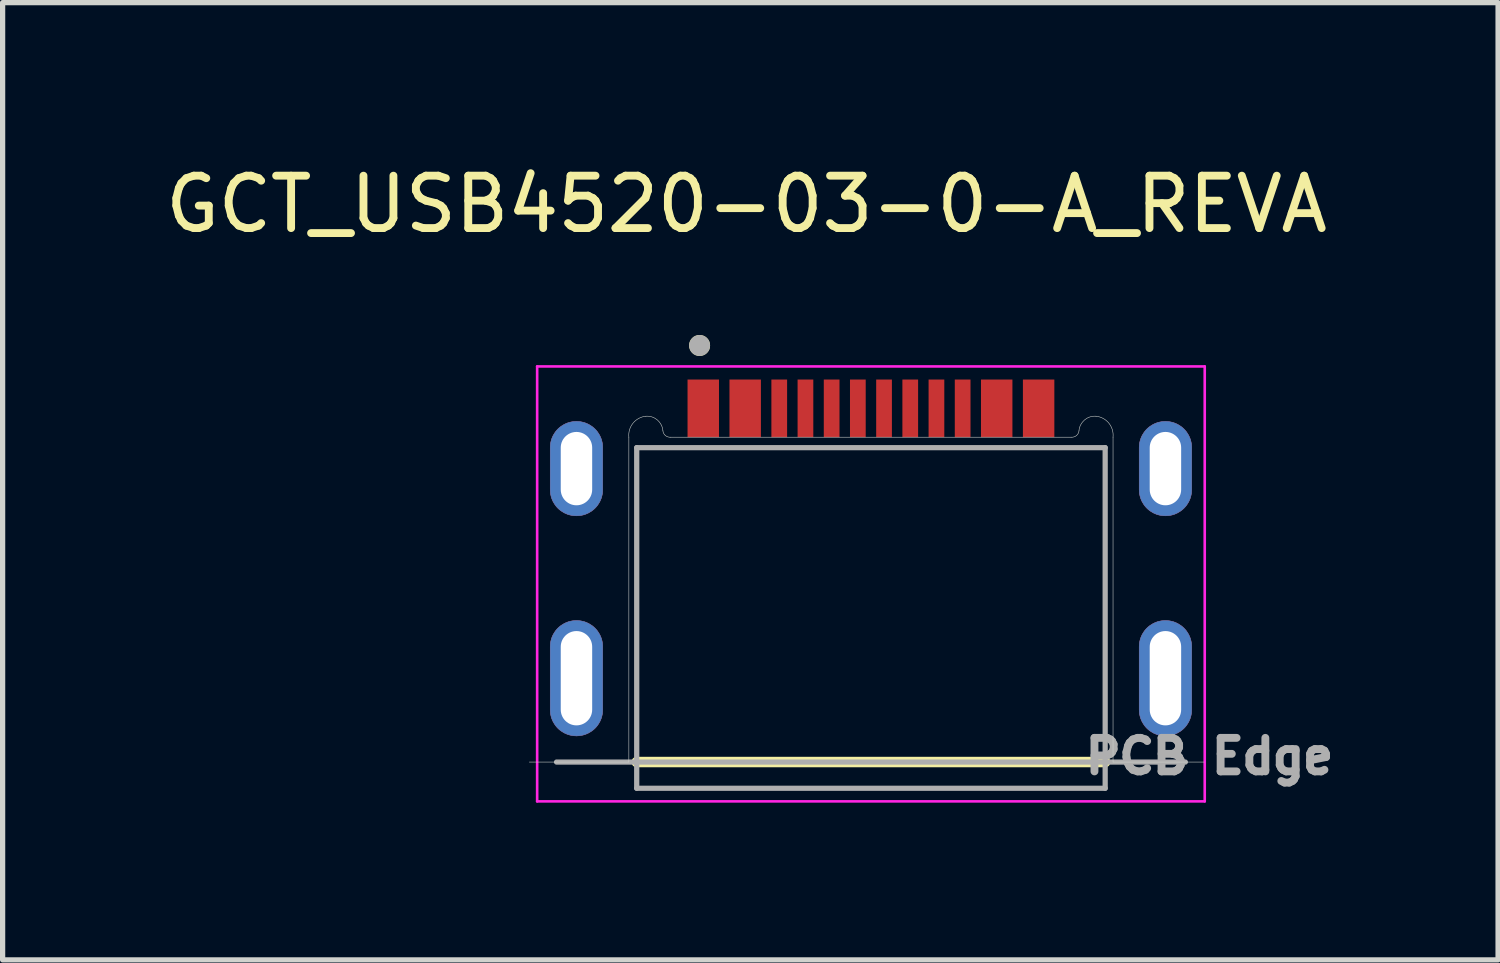
<source format=kicad_pcb>
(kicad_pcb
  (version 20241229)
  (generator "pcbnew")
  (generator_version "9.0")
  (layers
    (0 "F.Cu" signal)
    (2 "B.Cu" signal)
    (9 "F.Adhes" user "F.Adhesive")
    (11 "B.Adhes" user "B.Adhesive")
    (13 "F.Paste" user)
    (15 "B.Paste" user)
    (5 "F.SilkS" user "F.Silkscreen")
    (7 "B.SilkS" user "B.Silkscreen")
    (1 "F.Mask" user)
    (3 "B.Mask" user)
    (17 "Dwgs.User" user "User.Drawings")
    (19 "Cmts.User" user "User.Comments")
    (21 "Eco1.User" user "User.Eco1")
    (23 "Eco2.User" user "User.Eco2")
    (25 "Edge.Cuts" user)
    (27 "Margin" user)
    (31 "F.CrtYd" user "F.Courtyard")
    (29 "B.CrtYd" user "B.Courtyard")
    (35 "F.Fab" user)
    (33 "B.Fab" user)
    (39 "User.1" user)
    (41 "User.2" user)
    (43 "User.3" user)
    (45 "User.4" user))
  (footprint "GCT_USB4520-03-0-A_REVA"
    (layer "F.Cu")
    (at 13.571 9.893)
    (property "Reference" "GCT_USB4520-03-0-A_REVA" (at -2.375 -9.045 0) (layer "F.SilkS") (effects (font (size 1 1) (thickness 0.15))))
    (attr smd)
    (fp_poly (pts (xy -5.62 -3.1) (xy -5.646 -3.101) (xy -5.672 -3.103) (xy -5.698 -3.106) (xy -5.724 -3.111) (xy -5.749 -3.117) (xy -5.775 -3.124) (xy -5.799 -3.133) (xy -5.823 -3.143) (xy -5.847 -3.154) (xy -5.87 -3.167) (xy -5.892 -3.181) (xy -5.914 -3.195) (xy -5.935 -3.211) (xy -5.955 -3.228) (xy -5.974 -3.246) (xy -5.992 -3.265) (xy -6.009 -3.285) (xy -6.025 -3.306) (xy -6.039 -3.328) (xy -6.053 -3.35) (xy -6.066 -3.373) (xy -6.077 -3.397) (xy -6.087 -3.421) (xy -6.096 -3.445) (xy -6.103 -3.471) (xy -6.109 -3.496) (xy -6.114 -3.522) (xy -6.117 -3.548) (xy -6.119 -3.574) (xy -6.12 -3.6) (xy -6.12 -4.4) (xy -6.119 -4.426) (xy -6.117 -4.452) (xy -6.114 -4.478) (xy -6.109 -4.504) (xy -6.103 -4.529) (xy -6.096 -4.555) (xy -6.087 -4.579) (xy -6.077 -4.603) (xy -6.066 -4.627) (xy -6.053 -4.65) (xy -6.039 -4.672) (xy -6.025 -4.694) (xy -6.009 -4.715) (xy -5.992 -4.735) (xy -5.974 -4.754) (xy -5.955 -4.772) (xy -5.935 -4.789) (xy -5.914 -4.805) (xy -5.892 -4.819) (xy -5.87 -4.833) (xy -5.847 -4.846) (xy -5.823 -4.857) (xy -5.799 -4.867) (xy -5.775 -4.876) (xy -5.749 -4.883) (xy -5.724 -4.889) (xy -5.698 -4.894) (xy -5.672 -4.897) (xy -5.646 -4.899) (xy -5.62 -4.9) (xy -5.594 -4.899) (xy -5.568 -4.897) (xy -5.542 -4.894) (xy -5.516 -4.889) (xy -5.491 -4.883) (xy -5.465 -4.876) (xy -5.441 -4.867) (xy -5.417 -4.857) (xy -5.393 -4.846) (xy -5.37 -4.833) (xy -5.348 -4.819) (xy -5.326 -4.805) (xy -5.305 -4.789) (xy -5.285 -4.772) (xy -5.266 -4.754) (xy -5.248 -4.735) (xy -5.231 -4.715) (xy -5.215 -4.694) (xy -5.201 -4.672) (xy -5.187 -4.65) (xy -5.174 -4.627) (xy -5.163 -4.603) (xy -5.153 -4.579) (xy -5.144 -4.555) (xy -5.137 -4.529) (xy -5.131 -4.504) (xy -5.126 -4.478) (xy -5.123 -4.452) (xy -5.121 -4.426) (xy -5.12 -4.4) (xy -5.12 -3.6) (xy -5.121 -3.574) (xy -5.123 -3.548) (xy -5.126 -3.522) (xy -5.131 -3.496) (xy -5.137 -3.471) (xy -5.144 -3.445) (xy -5.153 -3.421) (xy -5.163 -3.397) (xy -5.174 -3.373) (xy -5.187 -3.35) (xy -5.201 -3.328) (xy -5.215 -3.306) (xy -5.231 -3.285) (xy -5.248 -3.265) (xy -5.266 -3.246) (xy -5.285 -3.228) (xy -5.305 -3.211) (xy -5.326 -3.195) (xy -5.348 -3.181) (xy -5.37 -3.167) (xy -5.393 -3.154) (xy -5.417 -3.143) (xy -5.441 -3.133) (xy -5.465 -3.124) (xy -5.491 -3.117) (xy -5.516 -3.111) (xy -5.542 -3.106) (xy -5.568 -3.103) (xy -5.594 -3.101) (xy -5.62 -3.1)) (stroke (width 0.01) (type solid)) (fill yes) (layer "F.Cu"))
    (fp_poly (pts (xy -5.62 1.1) (xy -5.646 1.099) (xy -5.672 1.097) (xy -5.698 1.094) (xy -5.724 1.089) (xy -5.749 1.083) (xy -5.775 1.076) (xy -5.799 1.067) (xy -5.823 1.057) (xy -5.847 1.046) (xy -5.87 1.033) (xy -5.892 1.019) (xy -5.914 1.005) (xy -5.935 0.989) (xy -5.955 0.972) (xy -5.974 0.954) (xy -5.992 0.935) (xy -6.009 0.915) (xy -6.025 0.894) (xy -6.039 0.872) (xy -6.053 0.85) (xy -6.066 0.827) (xy -6.077 0.803) (xy -6.087 0.779) (xy -6.096 0.755) (xy -6.103 0.729) (xy -6.109 0.704) (xy -6.114 0.678) (xy -6.117 0.652) (xy -6.119 0.626) (xy -6.12 0.6) (xy -6.12 -0.6) (xy -6.119 -0.626) (xy -6.117 -0.652) (xy -6.114 -0.678) (xy -6.109 -0.704) (xy -6.103 -0.729) (xy -6.096 -0.755) (xy -6.087 -0.779) (xy -6.077 -0.803) (xy -6.066 -0.827) (xy -6.053 -0.85) (xy -6.039 -0.872) (xy -6.025 -0.894) (xy -6.009 -0.915) (xy -5.992 -0.935) (xy -5.974 -0.954) (xy -5.955 -0.972) (xy -5.935 -0.989) (xy -5.914 -1.005) (xy -5.892 -1.019) (xy -5.87 -1.033) (xy -5.847 -1.046) (xy -5.823 -1.057) (xy -5.799 -1.067) (xy -5.775 -1.076) (xy -5.749 -1.083) (xy -5.724 -1.089) (xy -5.698 -1.094) (xy -5.672 -1.097) (xy -5.646 -1.099) (xy -5.62 -1.1) (xy -5.594 -1.099) (xy -5.568 -1.097) (xy -5.542 -1.094) (xy -5.516 -1.089) (xy -5.491 -1.083) (xy -5.465 -1.076) (xy -5.441 -1.067) (xy -5.417 -1.057) (xy -5.393 -1.046) (xy -5.37 -1.033) (xy -5.348 -1.019) (xy -5.326 -1.005) (xy -5.305 -0.989) (xy -5.285 -0.972) (xy -5.266 -0.954) (xy -5.248 -0.935) (xy -5.231 -0.915) (xy -5.215 -0.894) (xy -5.201 -0.872) (xy -5.187 -0.85) (xy -5.174 -0.827) (xy -5.163 -0.803) (xy -5.153 -0.779) (xy -5.144 -0.755) (xy -5.137 -0.729) (xy -5.131 -0.704) (xy -5.126 -0.678) (xy -5.123 -0.652) (xy -5.121 -0.626) (xy -5.12 -0.6) (xy -5.12 0.6) (xy -5.121 0.626) (xy -5.123 0.652) (xy -5.126 0.678) (xy -5.131 0.704) (xy -5.137 0.729) (xy -5.144 0.755) (xy -5.153 0.779) (xy -5.163 0.803) (xy -5.174 0.827) (xy -5.187 0.85) (xy -5.201 0.872) (xy -5.215 0.894) (xy -5.231 0.915) (xy -5.248 0.935) (xy -5.266 0.954) (xy -5.285 0.972) (xy -5.305 0.989) (xy -5.326 1.005) (xy -5.348 1.019) (xy -5.37 1.033) (xy -5.393 1.046) (xy -5.417 1.057) (xy -5.441 1.067) (xy -5.465 1.076) (xy -5.491 1.083) (xy -5.516 1.089) (xy -5.542 1.094) (xy -5.568 1.097) (xy -5.594 1.099) (xy -5.62 1.1)) (stroke (width 0.01) (type solid)) (fill yes) (layer "F.Cu"))
    (fp_poly (pts (xy 5.62 -3.1) (xy 5.594 -3.101) (xy 5.568 -3.103) (xy 5.542 -3.106) (xy 5.516 -3.111) (xy 5.491 -3.117) (xy 5.465 -3.124) (xy 5.441 -3.133) (xy 5.417 -3.143) (xy 5.393 -3.154) (xy 5.37 -3.167) (xy 5.348 -3.181) (xy 5.326 -3.195) (xy 5.305 -3.211) (xy 5.285 -3.228) (xy 5.266 -3.246) (xy 5.248 -3.265) (xy 5.231 -3.285) (xy 5.215 -3.306) (xy 5.201 -3.328) (xy 5.187 -3.35) (xy 5.174 -3.373) (xy 5.163 -3.397) (xy 5.153 -3.421) (xy 5.144 -3.445) (xy 5.137 -3.471) (xy 5.131 -3.496) (xy 5.126 -3.522) (xy 5.123 -3.548) (xy 5.121 -3.574) (xy 5.12 -3.6) (xy 5.12 -4.4) (xy 5.121 -4.426) (xy 5.123 -4.452) (xy 5.126 -4.478) (xy 5.131 -4.504) (xy 5.137 -4.529) (xy 5.144 -4.555) (xy 5.153 -4.579) (xy 5.163 -4.603) (xy 5.174 -4.627) (xy 5.187 -4.65) (xy 5.201 -4.672) (xy 5.215 -4.694) (xy 5.231 -4.715) (xy 5.248 -4.735) (xy 5.266 -4.754) (xy 5.285 -4.772) (xy 5.305 -4.789) (xy 5.326 -4.805) (xy 5.348 -4.819) (xy 5.37 -4.833) (xy 5.393 -4.846) (xy 5.417 -4.857) (xy 5.441 -4.867) (xy 5.465 -4.876) (xy 5.491 -4.883) (xy 5.516 -4.889) (xy 5.542 -4.894) (xy 5.568 -4.897) (xy 5.594 -4.899) (xy 5.62 -4.9) (xy 5.646 -4.899) (xy 5.672 -4.897) (xy 5.698 -4.894) (xy 5.724 -4.889) (xy 5.749 -4.883) (xy 5.775 -4.876) (xy 5.799 -4.867) (xy 5.823 -4.857) (xy 5.847 -4.846) (xy 5.87 -4.833) (xy 5.892 -4.819) (xy 5.914 -4.805) (xy 5.935 -4.789) (xy 5.955 -4.772) (xy 5.974 -4.754) (xy 5.992 -4.735) (xy 6.009 -4.715) (xy 6.025 -4.694) (xy 6.039 -4.672) (xy 6.053 -4.65) (xy 6.066 -4.627) (xy 6.077 -4.603) (xy 6.087 -4.579) (xy 6.096 -4.555) (xy 6.103 -4.529) (xy 6.109 -4.504) (xy 6.114 -4.478) (xy 6.117 -4.452) (xy 6.119 -4.426) (xy 6.12 -4.4) (xy 6.12 -3.6) (xy 6.119 -3.574) (xy 6.117 -3.548) (xy 6.114 -3.522) (xy 6.109 -3.496) (xy 6.103 -3.471) (xy 6.096 -3.445) (xy 6.087 -3.421) (xy 6.077 -3.397) (xy 6.066 -3.373) (xy 6.053 -3.35) (xy 6.039 -3.328) (xy 6.025 -3.306) (xy 6.009 -3.285) (xy 5.992 -3.265) (xy 5.974 -3.246) (xy 5.955 -3.228) (xy 5.935 -3.211) (xy 5.914 -3.195) (xy 5.892 -3.181) (xy 5.87 -3.167) (xy 5.847 -3.154) (xy 5.823 -3.143) (xy 5.799 -3.133) (xy 5.775 -3.124) (xy 5.749 -3.117) (xy 5.724 -3.111) (xy 5.698 -3.106) (xy 5.672 -3.103) (xy 5.646 -3.101) (xy 5.62 -3.1)) (stroke (width 0.01) (type solid)) (fill yes) (layer "F.Cu"))
    (fp_poly (pts (xy 5.62 1.1) (xy 5.594 1.099) (xy 5.568 1.097) (xy 5.542 1.094) (xy 5.516 1.089) (xy 5.491 1.083) (xy 5.465 1.076) (xy 5.441 1.067) (xy 5.417 1.057) (xy 5.393 1.046) (xy 5.37 1.033) (xy 5.348 1.019) (xy 5.326 1.005) (xy 5.305 0.989) (xy 5.285 0.972) (xy 5.266 0.954) (xy 5.248 0.935) (xy 5.231 0.915) (xy 5.215 0.894) (xy 5.201 0.872) (xy 5.187 0.85) (xy 5.174 0.827) (xy 5.163 0.803) (xy 5.153 0.779) (xy 5.144 0.755) (xy 5.137 0.729) (xy 5.131 0.704) (xy 5.126 0.678) (xy 5.123 0.652) (xy 5.121 0.626) (xy 5.12 0.6) (xy 5.12 -0.6) (xy 5.121 -0.626) (xy 5.123 -0.652) (xy 5.126 -0.678) (xy 5.131 -0.704) (xy 5.137 -0.729) (xy 5.144 -0.755) (xy 5.153 -0.779) (xy 5.163 -0.803) (xy 5.174 -0.827) (xy 5.187 -0.85) (xy 5.201 -0.872) (xy 5.215 -0.894) (xy 5.231 -0.915) (xy 5.248 -0.935) (xy 5.266 -0.954) (xy 5.285 -0.972) (xy 5.305 -0.989) (xy 5.326 -1.005) (xy 5.348 -1.019) (xy 5.37 -1.033) (xy 5.393 -1.046) (xy 5.417 -1.057) (xy 5.441 -1.067) (xy 5.465 -1.076) (xy 5.491 -1.083) (xy 5.516 -1.089) (xy 5.542 -1.094) (xy 5.568 -1.097) (xy 5.594 -1.099) (xy 5.62 -1.1) (xy 5.646 -1.099) (xy 5.672 -1.097) (xy 5.698 -1.094) (xy 5.724 -1.089) (xy 5.749 -1.083) (xy 5.775 -1.076) (xy 5.799 -1.067) (xy 5.823 -1.057) (xy 5.847 -1.046) (xy 5.87 -1.033) (xy 5.892 -1.019) (xy 5.914 -1.005) (xy 5.935 -0.989) (xy 5.955 -0.972) (xy 5.974 -0.954) (xy 5.992 -0.935) (xy 6.009 -0.915) (xy 6.025 -0.894) (xy 6.039 -0.872) (xy 6.053 -0.85) (xy 6.066 -0.827) (xy 6.077 -0.803) (xy 6.087 -0.779) (xy 6.096 -0.755) (xy 6.103 -0.729) (xy 6.109 -0.704) (xy 6.114 -0.678) (xy 6.117 -0.652) (xy 6.119 -0.626) (xy 6.12 -0.6) (xy 6.12 0.6) (xy 6.119 0.626) (xy 6.117 0.652) (xy 6.114 0.678) (xy 6.109 0.704) (xy 6.103 0.729) (xy 6.096 0.755) (xy 6.087 0.779) (xy 6.077 0.803) (xy 6.066 0.827) (xy 6.053 0.85) (xy 6.039 0.872) (xy 6.025 0.894) (xy 6.009 0.915) (xy 5.992 0.935) (xy 5.974 0.954) (xy 5.955 0.972) (xy 5.935 0.989) (xy 5.914 1.005) (xy 5.892 1.019) (xy 5.87 1.033) (xy 5.847 1.046) (xy 5.823 1.057) (xy 5.799 1.067) (xy 5.775 1.076) (xy 5.749 1.083) (xy 5.724 1.089) (xy 5.698 1.094) (xy 5.672 1.097) (xy 5.646 1.099) (xy 5.62 1.1)) (stroke (width 0.01) (type solid)) (fill yes) (layer "F.Cu"))
    (fp_poly (pts (xy -6.22 -3.6) (xy -6.22 -4.4) (xy -6.219 -4.431) (xy -6.217 -4.463) (xy -6.213 -4.494) (xy -6.207 -4.525) (xy -6.2 -4.555) (xy -6.191 -4.585) (xy -6.18 -4.615) (xy -6.168 -4.644) (xy -6.155 -4.672) (xy -6.14 -4.7) (xy -6.123 -4.727) (xy -6.105 -4.753) (xy -6.086 -4.778) (xy -6.066 -4.801) (xy -6.044 -4.824) (xy -6.021 -4.846) (xy -5.998 -4.866) (xy -5.973 -4.885) (xy -5.947 -4.903) (xy -5.92 -4.92) (xy -5.892 -4.935) (xy -5.864 -4.948) (xy -5.835 -4.96) (xy -5.805 -4.971) (xy -5.775 -4.98) (xy -5.745 -4.987) (xy -5.714 -4.993) (xy -5.683 -4.997) (xy -5.651 -4.999) (xy -5.62 -5) (xy -5.589 -4.999) (xy -5.557 -4.997) (xy -5.526 -4.993) (xy -5.495 -4.987) (xy -5.465 -4.98) (xy -5.435 -4.971) (xy -5.405 -4.96) (xy -5.376 -4.948) (xy -5.348 -4.935) (xy -5.32 -4.92) (xy -5.293 -4.903) (xy -5.267 -4.885) (xy -5.242 -4.866) (xy -5.219 -4.846) (xy -5.196 -4.824) (xy -5.174 -4.801) (xy -5.154 -4.778) (xy -5.135 -4.753) (xy -5.117 -4.727) (xy -5.1 -4.7) (xy -5.085 -4.672) (xy -5.072 -4.644) (xy -5.06 -4.615) (xy -5.049 -4.585) (xy -5.04 -4.555) (xy -5.033 -4.525) (xy -5.027 -4.494) (xy -5.023 -4.463) (xy -5.021 -4.431) (xy -5.02 -4.4) (xy -5.02 -3.6) (xy -5.021 -3.569) (xy -5.023 -3.537) (xy -5.027 -3.506) (xy -5.033 -3.475) (xy -5.04 -3.445) (xy -5.049 -3.415) (xy -5.06 -3.385) (xy -5.072 -3.356) (xy -5.085 -3.328) (xy -5.1 -3.3) (xy -5.117 -3.273) (xy -5.135 -3.247) (xy -5.154 -3.222) (xy -5.174 -3.199) (xy -5.196 -3.176) (xy -5.219 -3.154) (xy -5.242 -3.134) (xy -5.267 -3.115) (xy -5.293 -3.097) (xy -5.32 -3.08) (xy -5.348 -3.065) (xy -5.376 -3.052) (xy -5.405 -3.04) (xy -5.435 -3.029) (xy -5.465 -3.02) (xy -5.495 -3.013) (xy -5.526 -3.007) (xy -5.557 -3.003) (xy -5.589 -3.001) (xy -5.62 -3) (xy -5.651 -3.001) (xy -5.683 -3.003) (xy -5.714 -3.007) (xy -5.745 -3.013) (xy -5.775 -3.02) (xy -5.805 -3.029) (xy -5.835 -3.04) (xy -5.864 -3.052) (xy -5.892 -3.065) (xy -5.92 -3.08) (xy -5.947 -3.097) (xy -5.973 -3.115) (xy -5.998 -3.134) (xy -6.021 -3.154) (xy -6.044 -3.176) (xy -6.066 -3.199) (xy -6.086 -3.222) (xy -6.105 -3.247) (xy -6.123 -3.273) (xy -6.14 -3.3) (xy -6.155 -3.328) (xy -6.168 -3.356) (xy -6.18 -3.385) (xy -6.191 -3.415) (xy -6.2 -3.445) (xy -6.207 -3.475) (xy -6.213 -3.506) (xy -6.217 -3.537) (xy -6.219 -3.569) (xy -6.22 -3.6)) (stroke (width 0.01) (type solid)) (fill yes) (layer "F.Mask"))
    (fp_poly (pts (xy -6.22 0.6) (xy -6.22 -0.6) (xy -6.219 -0.631) (xy -6.217 -0.663) (xy -6.213 -0.694) (xy -6.207 -0.725) (xy -6.2 -0.755) (xy -6.191 -0.785) (xy -6.18 -0.815) (xy -6.168 -0.844) (xy -6.155 -0.872) (xy -6.14 -0.9) (xy -6.123 -0.927) (xy -6.105 -0.953) (xy -6.086 -0.978) (xy -6.066 -1.001) (xy -6.044 -1.024) (xy -6.021 -1.046) (xy -5.998 -1.066) (xy -5.973 -1.085) (xy -5.947 -1.103) (xy -5.92 -1.12) (xy -5.892 -1.135) (xy -5.864 -1.148) (xy -5.835 -1.16) (xy -5.805 -1.171) (xy -5.775 -1.18) (xy -5.745 -1.187) (xy -5.714 -1.193) (xy -5.683 -1.197) (xy -5.651 -1.199) (xy -5.62 -1.2) (xy -5.589 -1.199) (xy -5.557 -1.197) (xy -5.526 -1.193) (xy -5.495 -1.187) (xy -5.465 -1.18) (xy -5.435 -1.171) (xy -5.405 -1.16) (xy -5.376 -1.148) (xy -5.348 -1.135) (xy -5.32 -1.12) (xy -5.293 -1.103) (xy -5.267 -1.085) (xy -5.242 -1.066) (xy -5.219 -1.046) (xy -5.196 -1.024) (xy -5.174 -1.001) (xy -5.154 -0.978) (xy -5.135 -0.953) (xy -5.117 -0.927) (xy -5.1 -0.9) (xy -5.085 -0.872) (xy -5.072 -0.844) (xy -5.06 -0.815) (xy -5.049 -0.785) (xy -5.04 -0.755) (xy -5.033 -0.725) (xy -5.027 -0.694) (xy -5.023 -0.663) (xy -5.021 -0.631) (xy -5.02 -0.6) (xy -5.02 0.6) (xy -5.021 0.631) (xy -5.023 0.663) (xy -5.027 0.694) (xy -5.033 0.725) (xy -5.04 0.755) (xy -5.049 0.785) (xy -5.06 0.815) (xy -5.072 0.844) (xy -5.085 0.872) (xy -5.1 0.9) (xy -5.117 0.927) (xy -5.135 0.953) (xy -5.154 0.978) (xy -5.174 1.001) (xy -5.196 1.024) (xy -5.219 1.046) (xy -5.242 1.066) (xy -5.267 1.085) (xy -5.293 1.103) (xy -5.32 1.12) (xy -5.348 1.135) (xy -5.376 1.148) (xy -5.405 1.16) (xy -5.435 1.171) (xy -5.465 1.18) (xy -5.495 1.187) (xy -5.526 1.193) (xy -5.557 1.197) (xy -5.589 1.199) (xy -5.62 1.2) (xy -5.651 1.199) (xy -5.683 1.197) (xy -5.714 1.193) (xy -5.745 1.187) (xy -5.775 1.18) (xy -5.805 1.171) (xy -5.835 1.16) (xy -5.864 1.148) (xy -5.892 1.135) (xy -5.92 1.12) (xy -5.947 1.103) (xy -5.973 1.085) (xy -5.998 1.066) (xy -6.021 1.046) (xy -6.044 1.024) (xy -6.066 1.001) (xy -6.086 0.978) (xy -6.105 0.953) (xy -6.123 0.927) (xy -6.14 0.9) (xy -6.155 0.872) (xy -6.168 0.844) (xy -6.18 0.815) (xy -6.191 0.785) (xy -6.2 0.755) (xy -6.207 0.725) (xy -6.213 0.694) (xy -6.217 0.663) (xy -6.219 0.631) (xy -6.22 0.6)) (stroke (width 0.01) (type solid)) (fill yes) (layer "F.Mask"))
    (fp_poly (pts (xy 5.02 -3.6) (xy 5.02 -4.4) (xy 5.021 -4.431) (xy 5.023 -4.463) (xy 5.027 -4.494) (xy 5.033 -4.525) (xy 5.04 -4.555) (xy 5.049 -4.585) (xy 5.06 -4.615) (xy 5.072 -4.644) (xy 5.085 -4.672) (xy 5.1 -4.7) (xy 5.117 -4.727) (xy 5.135 -4.753) (xy 5.154 -4.778) (xy 5.174 -4.801) (xy 5.196 -4.824) (xy 5.219 -4.846) (xy 5.242 -4.866) (xy 5.267 -4.885) (xy 5.293 -4.903) (xy 5.32 -4.92) (xy 5.348 -4.935) (xy 5.376 -4.948) (xy 5.405 -4.96) (xy 5.435 -4.971) (xy 5.465 -4.98) (xy 5.495 -4.987) (xy 5.526 -4.993) (xy 5.557 -4.997) (xy 5.589 -4.999) (xy 5.62 -5) (xy 5.651 -4.999) (xy 5.683 -4.997) (xy 5.714 -4.993) (xy 5.745 -4.987) (xy 5.775 -4.98) (xy 5.805 -4.971) (xy 5.835 -4.96) (xy 5.864 -4.948) (xy 5.892 -4.935) (xy 5.92 -4.92) (xy 5.947 -4.903) (xy 5.973 -4.885) (xy 5.998 -4.866) (xy 6.021 -4.846) (xy 6.044 -4.824) (xy 6.066 -4.801) (xy 6.086 -4.778) (xy 6.105 -4.753) (xy 6.123 -4.727) (xy 6.14 -4.7) (xy 6.155 -4.672) (xy 6.168 -4.644) (xy 6.18 -4.615) (xy 6.191 -4.585) (xy 6.2 -4.555) (xy 6.207 -4.525) (xy 6.213 -4.494) (xy 6.217 -4.463) (xy 6.219 -4.431) (xy 6.22 -4.4) (xy 6.22 -3.6) (xy 6.219 -3.569) (xy 6.217 -3.537) (xy 6.213 -3.506) (xy 6.207 -3.475) (xy 6.2 -3.445) (xy 6.191 -3.415) (xy 6.18 -3.385) (xy 6.168 -3.356) (xy 6.155 -3.328) (xy 6.14 -3.3) (xy 6.123 -3.273) (xy 6.105 -3.247) (xy 6.086 -3.222) (xy 6.066 -3.199) (xy 6.044 -3.176) (xy 6.021 -3.154) (xy 5.998 -3.134) (xy 5.973 -3.115) (xy 5.947 -3.097) (xy 5.92 -3.08) (xy 5.892 -3.065) (xy 5.864 -3.052) (xy 5.835 -3.04) (xy 5.805 -3.029) (xy 5.775 -3.02) (xy 5.745 -3.013) (xy 5.714 -3.007) (xy 5.683 -3.003) (xy 5.651 -3.001) (xy 5.62 -3) (xy 5.589 -3.001) (xy 5.557 -3.003) (xy 5.526 -3.007) (xy 5.495 -3.013) (xy 5.465 -3.02) (xy 5.435 -3.029) (xy 5.405 -3.04) (xy 5.376 -3.052) (xy 5.348 -3.065) (xy 5.32 -3.08) (xy 5.293 -3.097) (xy 5.267 -3.115) (xy 5.242 -3.134) (xy 5.219 -3.154) (xy 5.196 -3.176) (xy 5.174 -3.199) (xy 5.154 -3.222) (xy 5.135 -3.247) (xy 5.117 -3.273) (xy 5.1 -3.3) (xy 5.085 -3.328) (xy 5.072 -3.356) (xy 5.06 -3.385) (xy 5.049 -3.415) (xy 5.04 -3.445) (xy 5.033 -3.475) (xy 5.027 -3.506) (xy 5.023 -3.537) (xy 5.021 -3.569) (xy 5.02 -3.6)) (stroke (width 0.01) (type solid)) (fill yes) (layer "F.Mask"))
    (fp_poly (pts (xy 5.02 0) (xy 5.02 -0.6) (xy 5.021 -0.631) (xy 5.023 -0.663) (xy 5.027 -0.694) (xy 5.033 -0.725) (xy 5.04 -0.755) (xy 5.049 -0.785) (xy 5.06 -0.815) (xy 5.072 -0.844) (xy 5.085 -0.872) (xy 5.1 -0.9) (xy 5.117 -0.927) (xy 5.135 -0.953) (xy 5.154 -0.978) (xy 5.174 -1.001) (xy 5.196 -1.024) (xy 5.219 -1.046) (xy 5.242 -1.066) (xy 5.267 -1.085) (xy 5.293 -1.103) (xy 5.32 -1.12) (xy 5.348 -1.135) (xy 5.376 -1.148) (xy 5.405 -1.16) (xy 5.435 -1.171) (xy 5.465 -1.18) (xy 5.495 -1.187) (xy 5.526 -1.193) (xy 5.557 -1.197) (xy 5.589 -1.199) (xy 5.62 -1.2) (xy 5.651 -1.199) (xy 5.683 -1.197) (xy 5.714 -1.193) (xy 5.745 -1.187) (xy 5.775 -1.18) (xy 5.805 -1.171) (xy 5.835 -1.16) (xy 5.864 -1.148) (xy 5.892 -1.135) (xy 5.92 -1.12) (xy 5.947 -1.103) (xy 5.973 -1.085) (xy 5.998 -1.066) (xy 6.021 -1.046) (xy 6.044 -1.024) (xy 6.066 -1.001) (xy 6.086 -0.978) (xy 6.105 -0.953) (xy 6.123 -0.927) (xy 6.14 -0.9) (xy 6.155 -0.872) (xy 6.168 -0.844) (xy 6.18 -0.815) (xy 6.191 -0.785) (xy 6.2 -0.755) (xy 6.207 -0.725) (xy 6.213 -0.694) (xy 6.217 -0.663) (xy 6.219 -0.631) (xy 6.22 -0.6) (xy 6.22 0) (xy 6.22 0.6) (xy 6.219 0.631) (xy 6.217 0.663) (xy 6.213 0.694) (xy 6.207 0.725) (xy 6.2 0.755) (xy 6.191 0.785) (xy 6.18 0.815) (xy 6.168 0.844) (xy 6.155 0.872) (xy 6.14 0.9) (xy 6.123 0.927) (xy 6.105 0.953) (xy 6.086 0.978) (xy 6.066 1.001) (xy 6.044 1.024) (xy 6.021 1.046) (xy 5.998 1.066) (xy 5.973 1.085) (xy 5.947 1.103) (xy 5.92 1.12) (xy 5.892 1.135) (xy 5.864 1.148) (xy 5.835 1.16) (xy 5.805 1.171) (xy 5.775 1.18) (xy 5.745 1.187) (xy 5.714 1.193) (xy 5.683 1.197) (xy 5.651 1.199) (xy 5.62 1.2) (xy 5.589 1.199) (xy 5.557 1.197) (xy 5.526 1.193) (xy 5.495 1.187) (xy 5.465 1.18) (xy 5.435 1.171) (xy 5.405 1.16) (xy 5.376 1.148) (xy 5.348 1.135) (xy 5.32 1.12) (xy 5.293 1.103) (xy 5.267 1.085) (xy 5.242 1.066) (xy 5.219 1.046) (xy 5.196 1.024) (xy 5.174 1.001) (xy 5.154 0.978) (xy 5.135 0.953) (xy 5.117 0.927) (xy 5.1 0.9) (xy 5.085 0.872) (xy 5.072 0.844) (xy 5.06 0.815) (xy 5.049 0.785) (xy 5.04 0.755) (xy 5.033 0.725) (xy 5.027 0.694) (xy 5.023 0.663) (xy 5.021 0.631) (xy 5.02 0.6) (xy 5.02 0)) (stroke (width 0.01) (type solid)) (fill yes) (layer "F.Mask"))
    (fp_poly (pts (xy -5.62 -3.1) (xy -5.646 -3.101) (xy -5.672 -3.103) (xy -5.698 -3.106) (xy -5.724 -3.111) (xy -5.749 -3.117) (xy -5.775 -3.124) (xy -5.799 -3.133) (xy -5.823 -3.143) (xy -5.847 -3.154) (xy -5.87 -3.167) (xy -5.892 -3.181) (xy -5.914 -3.195) (xy -5.935 -3.211) (xy -5.955 -3.228) (xy -5.974 -3.246) (xy -5.992 -3.265) (xy -6.009 -3.285) (xy -6.025 -3.306) (xy -6.039 -3.328) (xy -6.053 -3.35) (xy -6.066 -3.373) (xy -6.077 -3.397) (xy -6.087 -3.421) (xy -6.096 -3.445) (xy -6.103 -3.471) (xy -6.109 -3.496) (xy -6.114 -3.522) (xy -6.117 -3.548) (xy -6.119 -3.574) (xy -6.12 -3.6) (xy -6.12 -4.4) (xy -6.119 -4.426) (xy -6.117 -4.452) (xy -6.114 -4.478) (xy -6.109 -4.504) (xy -6.103 -4.529) (xy -6.096 -4.555) (xy -6.087 -4.579) (xy -6.077 -4.603) (xy -6.066 -4.627) (xy -6.053 -4.65) (xy -6.039 -4.672) (xy -6.025 -4.694) (xy -6.009 -4.715) (xy -5.992 -4.735) (xy -5.974 -4.754) (xy -5.955 -4.772) (xy -5.935 -4.789) (xy -5.914 -4.805) (xy -5.892 -4.819) (xy -5.87 -4.833) (xy -5.847 -4.846) (xy -5.823 -4.857) (xy -5.799 -4.867) (xy -5.775 -4.876) (xy -5.749 -4.883) (xy -5.724 -4.889) (xy -5.698 -4.894) (xy -5.672 -4.897) (xy -5.646 -4.899) (xy -5.62 -4.9) (xy -5.594 -4.899) (xy -5.568 -4.897) (xy -5.542 -4.894) (xy -5.516 -4.889) (xy -5.491 -4.883) (xy -5.465 -4.876) (xy -5.441 -4.867) (xy -5.417 -4.857) (xy -5.393 -4.846) (xy -5.37 -4.833) (xy -5.348 -4.819) (xy -5.326 -4.805) (xy -5.305 -4.789) (xy -5.285 -4.772) (xy -5.266 -4.754) (xy -5.248 -4.735) (xy -5.231 -4.715) (xy -5.215 -4.694) (xy -5.201 -4.672) (xy -5.187 -4.65) (xy -5.174 -4.627) (xy -5.163 -4.603) (xy -5.153 -4.579) (xy -5.144 -4.555) (xy -5.137 -4.529) (xy -5.131 -4.504) (xy -5.126 -4.478) (xy -5.123 -4.452) (xy -5.121 -4.426) (xy -5.12 -4.4) (xy -5.12 -3.6) (xy -5.121 -3.574) (xy -5.123 -3.548) (xy -5.126 -3.522) (xy -5.131 -3.496) (xy -5.137 -3.471) (xy -5.144 -3.445) (xy -5.153 -3.421) (xy -5.163 -3.397) (xy -5.174 -3.373) (xy -5.187 -3.35) (xy -5.201 -3.328) (xy -5.215 -3.306) (xy -5.231 -3.285) (xy -5.248 -3.265) (xy -5.266 -3.246) (xy -5.285 -3.228) (xy -5.305 -3.211) (xy -5.326 -3.195) (xy -5.348 -3.181) (xy -5.37 -3.167) (xy -5.393 -3.154) (xy -5.417 -3.143) (xy -5.441 -3.133) (xy -5.465 -3.124) (xy -5.491 -3.117) (xy -5.516 -3.111) (xy -5.542 -3.106) (xy -5.568 -3.103) (xy -5.594 -3.101) (xy -5.62 -3.1)) (stroke (width 0.01) (type solid)) (fill yes) (layer "B.Cu"))
    (fp_poly (pts (xy -5.62 1.1) (xy -5.646 1.099) (xy -5.672 1.097) (xy -5.698 1.094) (xy -5.724 1.089) (xy -5.749 1.083) (xy -5.775 1.076) (xy -5.799 1.067) (xy -5.823 1.057) (xy -5.847 1.046) (xy -5.87 1.033) (xy -5.892 1.019) (xy -5.914 1.005) (xy -5.935 0.989) (xy -5.955 0.972) (xy -5.974 0.954) (xy -5.992 0.935) (xy -6.009 0.915) (xy -6.025 0.894) (xy -6.039 0.872) (xy -6.053 0.85) (xy -6.066 0.827) (xy -6.077 0.803) (xy -6.087 0.779) (xy -6.096 0.755) (xy -6.103 0.729) (xy -6.109 0.704) (xy -6.114 0.678) (xy -6.117 0.652) (xy -6.119 0.626) (xy -6.12 0.6) (xy -6.12 -0.6) (xy -6.119 -0.626) (xy -6.117 -0.652) (xy -6.114 -0.678) (xy -6.109 -0.704) (xy -6.103 -0.729) (xy -6.096 -0.755) (xy -6.087 -0.779) (xy -6.077 -0.803) (xy -6.066 -0.827) (xy -6.053 -0.85) (xy -6.039 -0.872) (xy -6.025 -0.894) (xy -6.009 -0.915) (xy -5.992 -0.935) (xy -5.974 -0.954) (xy -5.955 -0.972) (xy -5.935 -0.989) (xy -5.914 -1.005) (xy -5.892 -1.019) (xy -5.87 -1.033) (xy -5.847 -1.046) (xy -5.823 -1.057) (xy -5.799 -1.067) (xy -5.775 -1.076) (xy -5.749 -1.083) (xy -5.724 -1.089) (xy -5.698 -1.094) (xy -5.672 -1.097) (xy -5.646 -1.099) (xy -5.62 -1.1) (xy -5.594 -1.099) (xy -5.568 -1.097) (xy -5.542 -1.094) (xy -5.516 -1.089) (xy -5.491 -1.083) (xy -5.465 -1.076) (xy -5.441 -1.067) (xy -5.417 -1.057) (xy -5.393 -1.046) (xy -5.37 -1.033) (xy -5.348 -1.019) (xy -5.326 -1.005) (xy -5.305 -0.989) (xy -5.285 -0.972) (xy -5.266 -0.954) (xy -5.248 -0.935) (xy -5.231 -0.915) (xy -5.215 -0.894) (xy -5.201 -0.872) (xy -5.187 -0.85) (xy -5.174 -0.827) (xy -5.163 -0.803) (xy -5.153 -0.779) (xy -5.144 -0.755) (xy -5.137 -0.729) (xy -5.131 -0.704) (xy -5.126 -0.678) (xy -5.123 -0.652) (xy -5.121 -0.626) (xy -5.12 -0.6) (xy -5.12 0.6) (xy -5.121 0.626) (xy -5.123 0.652) (xy -5.126 0.678) (xy -5.131 0.704) (xy -5.137 0.729) (xy -5.144 0.755) (xy -5.153 0.779) (xy -5.163 0.803) (xy -5.174 0.827) (xy -5.187 0.85) (xy -5.201 0.872) (xy -5.215 0.894) (xy -5.231 0.915) (xy -5.248 0.935) (xy -5.266 0.954) (xy -5.285 0.972) (xy -5.305 0.989) (xy -5.326 1.005) (xy -5.348 1.019) (xy -5.37 1.033) (xy -5.393 1.046) (xy -5.417 1.057) (xy -5.441 1.067) (xy -5.465 1.076) (xy -5.491 1.083) (xy -5.516 1.089) (xy -5.542 1.094) (xy -5.568 1.097) (xy -5.594 1.099) (xy -5.62 1.1)) (stroke (width 0.01) (type solid)) (fill yes) (layer "B.Cu"))
    (fp_poly (pts (xy 5.62 -3.1) (xy 5.594 -3.101) (xy 5.568 -3.103) (xy 5.542 -3.106) (xy 5.516 -3.111) (xy 5.491 -3.117) (xy 5.465 -3.124) (xy 5.441 -3.133) (xy 5.417 -3.143) (xy 5.393 -3.154) (xy 5.37 -3.167) (xy 5.348 -3.181) (xy 5.326 -3.195) (xy 5.305 -3.211) (xy 5.285 -3.228) (xy 5.266 -3.246) (xy 5.248 -3.265) (xy 5.231 -3.285) (xy 5.215 -3.306) (xy 5.201 -3.328) (xy 5.187 -3.35) (xy 5.174 -3.373) (xy 5.163 -3.397) (xy 5.153 -3.421) (xy 5.144 -3.445) (xy 5.137 -3.471) (xy 5.131 -3.496) (xy 5.126 -3.522) (xy 5.123 -3.548) (xy 5.121 -3.574) (xy 5.12 -3.6) (xy 5.12 -4.4) (xy 5.121 -4.426) (xy 5.123 -4.452) (xy 5.126 -4.478) (xy 5.131 -4.504) (xy 5.137 -4.529) (xy 5.144 -4.555) (xy 5.153 -4.579) (xy 5.163 -4.603) (xy 5.174 -4.627) (xy 5.187 -4.65) (xy 5.201 -4.672) (xy 5.215 -4.694) (xy 5.231 -4.715) (xy 5.248 -4.735) (xy 5.266 -4.754) (xy 5.285 -4.772) (xy 5.305 -4.789) (xy 5.326 -4.805) (xy 5.348 -4.819) (xy 5.37 -4.833) (xy 5.393 -4.846) (xy 5.417 -4.857) (xy 5.441 -4.867) (xy 5.465 -4.876) (xy 5.491 -4.883) (xy 5.516 -4.889) (xy 5.542 -4.894) (xy 5.568 -4.897) (xy 5.594 -4.899) (xy 5.62 -4.9) (xy 5.646 -4.899) (xy 5.672 -4.897) (xy 5.698 -4.894) (xy 5.724 -4.889) (xy 5.749 -4.883) (xy 5.775 -4.876) (xy 5.799 -4.867) (xy 5.823 -4.857) (xy 5.847 -4.846) (xy 5.87 -4.833) (xy 5.892 -4.819) (xy 5.914 -4.805) (xy 5.935 -4.789) (xy 5.955 -4.772) (xy 5.974 -4.754) (xy 5.992 -4.735) (xy 6.009 -4.715) (xy 6.025 -4.694) (xy 6.039 -4.672) (xy 6.053 -4.65) (xy 6.066 -4.627) (xy 6.077 -4.603) (xy 6.087 -4.579) (xy 6.096 -4.555) (xy 6.103 -4.529) (xy 6.109 -4.504) (xy 6.114 -4.478) (xy 6.117 -4.452) (xy 6.119 -4.426) (xy 6.12 -4.4) (xy 6.12 -3.6) (xy 6.119 -3.574) (xy 6.117 -3.548) (xy 6.114 -3.522) (xy 6.109 -3.496) (xy 6.103 -3.471) (xy 6.096 -3.445) (xy 6.087 -3.421) (xy 6.077 -3.397) (xy 6.066 -3.373) (xy 6.053 -3.35) (xy 6.039 -3.328) (xy 6.025 -3.306) (xy 6.009 -3.285) (xy 5.992 -3.265) (xy 5.974 -3.246) (xy 5.955 -3.228) (xy 5.935 -3.211) (xy 5.914 -3.195) (xy 5.892 -3.181) (xy 5.87 -3.167) (xy 5.847 -3.154) (xy 5.823 -3.143) (xy 5.799 -3.133) (xy 5.775 -3.124) (xy 5.749 -3.117) (xy 5.724 -3.111) (xy 5.698 -3.106) (xy 5.672 -3.103) (xy 5.646 -3.101) (xy 5.62 -3.1)) (stroke (width 0.01) (type solid)) (fill yes) (layer "B.Cu"))
    (fp_poly (pts (xy 5.62 1.1) (xy 5.594 1.099) (xy 5.568 1.097) (xy 5.542 1.094) (xy 5.516 1.089) (xy 5.491 1.083) (xy 5.465 1.076) (xy 5.441 1.067) (xy 5.417 1.057) (xy 5.393 1.046) (xy 5.37 1.033) (xy 5.348 1.019) (xy 5.326 1.005) (xy 5.305 0.989) (xy 5.285 0.972) (xy 5.266 0.954) (xy 5.248 0.935) (xy 5.231 0.915) (xy 5.215 0.894) (xy 5.201 0.872) (xy 5.187 0.85) (xy 5.174 0.827) (xy 5.163 0.803) (xy 5.153 0.779) (xy 5.144 0.755) (xy 5.137 0.729) (xy 5.131 0.704) (xy 5.126 0.678) (xy 5.123 0.652) (xy 5.121 0.626) (xy 5.12 0.6) (xy 5.12 -0.6) (xy 5.121 -0.626) (xy 5.123 -0.652) (xy 5.126 -0.678) (xy 5.131 -0.704) (xy 5.137 -0.729) (xy 5.144 -0.755) (xy 5.153 -0.779) (xy 5.163 -0.803) (xy 5.174 -0.827) (xy 5.187 -0.85) (xy 5.201 -0.872) (xy 5.215 -0.894) (xy 5.231 -0.915) (xy 5.248 -0.935) (xy 5.266 -0.954) (xy 5.285 -0.972) (xy 5.305 -0.989) (xy 5.326 -1.005) (xy 5.348 -1.019) (xy 5.37 -1.033) (xy 5.393 -1.046) (xy 5.417 -1.057) (xy 5.441 -1.067) (xy 5.465 -1.076) (xy 5.491 -1.083) (xy 5.516 -1.089) (xy 5.542 -1.094) (xy 5.568 -1.097) (xy 5.594 -1.099) (xy 5.62 -1.1) (xy 5.646 -1.099) (xy 5.672 -1.097) (xy 5.698 -1.094) (xy 5.724 -1.089) (xy 5.749 -1.083) (xy 5.775 -1.076) (xy 5.799 -1.067) (xy 5.823 -1.057) (xy 5.847 -1.046) (xy 5.87 -1.033) (xy 5.892 -1.019) (xy 5.914 -1.005) (xy 5.935 -0.989) (xy 5.955 -0.972) (xy 5.974 -0.954) (xy 5.992 -0.935) (xy 6.009 -0.915) (xy 6.025 -0.894) (xy 6.039 -0.872) (xy 6.053 -0.85) (xy 6.066 -0.827) (xy 6.077 -0.803) (xy 6.087 -0.779) (xy 6.096 -0.755) (xy 6.103 -0.729) (xy 6.109 -0.704) (xy 6.114 -0.678) (xy 6.117 -0.652) (xy 6.119 -0.626) (xy 6.12 -0.6) (xy 6.12 0.6) (xy 6.119 0.626) (xy 6.117 0.652) (xy 6.114 0.678) (xy 6.109 0.704) (xy 6.103 0.729) (xy 6.096 0.755) (xy 6.087 0.779) (xy 6.077 0.803) (xy 6.066 0.827) (xy 6.053 0.85) (xy 6.039 0.872) (xy 6.025 0.894) (xy 6.009 0.915) (xy 5.992 0.935) (xy 5.974 0.954) (xy 5.955 0.972) (xy 5.935 0.989) (xy 5.914 1.005) (xy 5.892 1.019) (xy 5.87 1.033) (xy 5.847 1.046) (xy 5.823 1.057) (xy 5.799 1.067) (xy 5.775 1.076) (xy 5.749 1.083) (xy 5.724 1.089) (xy 5.698 1.094) (xy 5.672 1.097) (xy 5.646 1.099) (xy 5.62 1.1)) (stroke (width 0.01) (type solid)) (fill yes) (layer "B.Cu"))
    (fp_poly (pts (xy -6.22 -3.6) (xy -6.22 -4.4) (xy -6.219 -4.431) (xy -6.217 -4.463) (xy -6.213 -4.494) (xy -6.207 -4.525) (xy -6.2 -4.555) (xy -6.191 -4.585) (xy -6.18 -4.615) (xy -6.168 -4.644) (xy -6.155 -4.672) (xy -6.14 -4.7) (xy -6.123 -4.727) (xy -6.105 -4.753) (xy -6.086 -4.778) (xy -6.066 -4.801) (xy -6.044 -4.824) (xy -6.021 -4.846) (xy -5.998 -4.866) (xy -5.973 -4.885) (xy -5.947 -4.903) (xy -5.92 -4.92) (xy -5.892 -4.935) (xy -5.864 -4.948) (xy -5.835 -4.96) (xy -5.805 -4.971) (xy -5.775 -4.98) (xy -5.745 -4.987) (xy -5.714 -4.993) (xy -5.683 -4.997) (xy -5.651 -4.999) (xy -5.62 -5) (xy -5.589 -4.999) (xy -5.557 -4.997) (xy -5.526 -4.993) (xy -5.495 -4.987) (xy -5.465 -4.98) (xy -5.435 -4.971) (xy -5.405 -4.96) (xy -5.376 -4.948) (xy -5.348 -4.935) (xy -5.32 -4.92) (xy -5.293 -4.903) (xy -5.267 -4.885) (xy -5.242 -4.866) (xy -5.219 -4.846) (xy -5.196 -4.824) (xy -5.174 -4.801) (xy -5.154 -4.778) (xy -5.135 -4.753) (xy -5.117 -4.727) (xy -5.1 -4.7) (xy -5.085 -4.672) (xy -5.072 -4.644) (xy -5.06 -4.615) (xy -5.049 -4.585) (xy -5.04 -4.555) (xy -5.033 -4.525) (xy -5.027 -4.494) (xy -5.023 -4.463) (xy -5.021 -4.431) (xy -5.02 -4.4) (xy -5.02 -3.6) (xy -5.021 -3.569) (xy -5.023 -3.537) (xy -5.027 -3.506) (xy -5.033 -3.475) (xy -5.04 -3.445) (xy -5.049 -3.415) (xy -5.06 -3.385) (xy -5.072 -3.356) (xy -5.085 -3.328) (xy -5.1 -3.3) (xy -5.117 -3.273) (xy -5.135 -3.247) (xy -5.154 -3.222) (xy -5.174 -3.199) (xy -5.196 -3.176) (xy -5.219 -3.154) (xy -5.242 -3.134) (xy -5.267 -3.115) (xy -5.293 -3.097) (xy -5.32 -3.08) (xy -5.348 -3.065) (xy -5.376 -3.052) (xy -5.405 -3.04) (xy -5.435 -3.029) (xy -5.465 -3.02) (xy -5.495 -3.013) (xy -5.526 -3.007) (xy -5.557 -3.003) (xy -5.589 -3.001) (xy -5.62 -3) (xy -5.651 -3.001) (xy -5.683 -3.003) (xy -5.714 -3.007) (xy -5.745 -3.013) (xy -5.775 -3.02) (xy -5.805 -3.029) (xy -5.835 -3.04) (xy -5.864 -3.052) (xy -5.892 -3.065) (xy -5.92 -3.08) (xy -5.947 -3.097) (xy -5.973 -3.115) (xy -5.998 -3.134) (xy -6.021 -3.154) (xy -6.044 -3.176) (xy -6.066 -3.199) (xy -6.086 -3.222) (xy -6.105 -3.247) (xy -6.123 -3.273) (xy -6.14 -3.3) (xy -6.155 -3.328) (xy -6.168 -3.356) (xy -6.18 -3.385) (xy -6.191 -3.415) (xy -6.2 -3.445) (xy -6.207 -3.475) (xy -6.213 -3.506) (xy -6.217 -3.537) (xy -6.219 -3.569) (xy -6.22 -3.6)) (stroke (width 0.01) (type solid)) (fill yes) (layer "B.Mask"))
    (fp_poly (pts (xy -6.22 0.6) (xy -6.22 -0.6) (xy -6.219 -0.631) (xy -6.217 -0.663) (xy -6.213 -0.694) (xy -6.207 -0.725) (xy -6.2 -0.755) (xy -6.191 -0.785) (xy -6.18 -0.815) (xy -6.168 -0.844) (xy -6.155 -0.872) (xy -6.14 -0.9) (xy -6.123 -0.927) (xy -6.105 -0.953) (xy -6.086 -0.978) (xy -6.066 -1.001) (xy -6.044 -1.024) (xy -6.021 -1.046) (xy -5.998 -1.066) (xy -5.973 -1.085) (xy -5.947 -1.103) (xy -5.92 -1.12) (xy -5.892 -1.135) (xy -5.864 -1.148) (xy -5.835 -1.16) (xy -5.805 -1.171) (xy -5.775 -1.18) (xy -5.745 -1.187) (xy -5.714 -1.193) (xy -5.683 -1.197) (xy -5.651 -1.199) (xy -5.62 -1.2) (xy -5.589 -1.199) (xy -5.557 -1.197) (xy -5.526 -1.193) (xy -5.495 -1.187) (xy -5.465 -1.18) (xy -5.435 -1.171) (xy -5.405 -1.16) (xy -5.376 -1.148) (xy -5.348 -1.135) (xy -5.32 -1.12) (xy -5.293 -1.103) (xy -5.267 -1.085) (xy -5.242 -1.066) (xy -5.219 -1.046) (xy -5.196 -1.024) (xy -5.174 -1.001) (xy -5.154 -0.978) (xy -5.135 -0.953) (xy -5.117 -0.927) (xy -5.1 -0.9) (xy -5.085 -0.872) (xy -5.072 -0.844) (xy -5.06 -0.815) (xy -5.049 -0.785) (xy -5.04 -0.755) (xy -5.033 -0.725) (xy -5.027 -0.694) (xy -5.023 -0.663) (xy -5.021 -0.631) (xy -5.02 -0.6) (xy -5.02 0.6) (xy -5.021 0.631) (xy -5.023 0.663) (xy -5.027 0.694) (xy -5.033 0.725) (xy -5.04 0.755) (xy -5.049 0.785) (xy -5.06 0.815) (xy -5.072 0.844) (xy -5.085 0.872) (xy -5.1 0.9) (xy -5.117 0.927) (xy -5.135 0.953) (xy -5.154 0.978) (xy -5.174 1.001) (xy -5.196 1.024) (xy -5.219 1.046) (xy -5.242 1.066) (xy -5.267 1.085) (xy -5.293 1.103) (xy -5.32 1.12) (xy -5.348 1.135) (xy -5.376 1.148) (xy -5.405 1.16) (xy -5.435 1.171) (xy -5.465 1.18) (xy -5.495 1.187) (xy -5.526 1.193) (xy -5.557 1.197) (xy -5.589 1.199) (xy -5.62 1.2) (xy -5.651 1.199) (xy -5.683 1.197) (xy -5.714 1.193) (xy -5.745 1.187) (xy -5.775 1.18) (xy -5.805 1.171) (xy -5.835 1.16) (xy -5.864 1.148) (xy -5.892 1.135) (xy -5.92 1.12) (xy -5.947 1.103) (xy -5.973 1.085) (xy -5.998 1.066) (xy -6.021 1.046) (xy -6.044 1.024) (xy -6.066 1.001) (xy -6.086 0.978) (xy -6.105 0.953) (xy -6.123 0.927) (xy -6.14 0.9) (xy -6.155 0.872) (xy -6.168 0.844) (xy -6.18 0.815) (xy -6.191 0.785) (xy -6.2 0.755) (xy -6.207 0.725) (xy -6.213 0.694) (xy -6.217 0.663) (xy -6.219 0.631) (xy -6.22 0.6)) (stroke (width 0.01) (type solid)) (fill yes) (layer "B.Mask"))
    (fp_poly (pts (xy 5.02 -3.6) (xy 5.02 -4.4) (xy 5.021 -4.431) (xy 5.023 -4.463) (xy 5.027 -4.494) (xy 5.033 -4.525) (xy 5.04 -4.555) (xy 5.049 -4.585) (xy 5.06 -4.615) (xy 5.072 -4.644) (xy 5.085 -4.672) (xy 5.1 -4.7) (xy 5.117 -4.727) (xy 5.135 -4.753) (xy 5.154 -4.778) (xy 5.174 -4.801) (xy 5.196 -4.824) (xy 5.219 -4.846) (xy 5.242 -4.866) (xy 5.267 -4.885) (xy 5.293 -4.903) (xy 5.32 -4.92) (xy 5.348 -4.935) (xy 5.376 -4.948) (xy 5.405 -4.96) (xy 5.435 -4.971) (xy 5.465 -4.98) (xy 5.495 -4.987) (xy 5.526 -4.993) (xy 5.557 -4.997) (xy 5.589 -4.999) (xy 5.62 -5) (xy 5.651 -4.999) (xy 5.683 -4.997) (xy 5.714 -4.993) (xy 5.745 -4.987) (xy 5.775 -4.98) (xy 5.805 -4.971) (xy 5.835 -4.96) (xy 5.864 -4.948) (xy 5.892 -4.935) (xy 5.92 -4.92) (xy 5.947 -4.903) (xy 5.973 -4.885) (xy 5.998 -4.866) (xy 6.021 -4.846) (xy 6.044 -4.824) (xy 6.066 -4.801) (xy 6.086 -4.778) (xy 6.105 -4.753) (xy 6.123 -4.727) (xy 6.14 -4.7) (xy 6.155 -4.672) (xy 6.168 -4.644) (xy 6.18 -4.615) (xy 6.191 -4.585) (xy 6.2 -4.555) (xy 6.207 -4.525) (xy 6.213 -4.494) (xy 6.217 -4.463) (xy 6.219 -4.431) (xy 6.22 -4.4) (xy 6.22 -3.6) (xy 6.219 -3.569) (xy 6.217 -3.537) (xy 6.213 -3.506) (xy 6.207 -3.475) (xy 6.2 -3.445) (xy 6.191 -3.415) (xy 6.18 -3.385) (xy 6.168 -3.356) (xy 6.155 -3.328) (xy 6.14 -3.3) (xy 6.123 -3.273) (xy 6.105 -3.247) (xy 6.086 -3.222) (xy 6.066 -3.199) (xy 6.044 -3.176) (xy 6.021 -3.154) (xy 5.998 -3.134) (xy 5.973 -3.115) (xy 5.947 -3.097) (xy 5.92 -3.08) (xy 5.892 -3.065) (xy 5.864 -3.052) (xy 5.835 -3.04) (xy 5.805 -3.029) (xy 5.775 -3.02) (xy 5.745 -3.013) (xy 5.714 -3.007) (xy 5.683 -3.003) (xy 5.651 -3.001) (xy 5.62 -3) (xy 5.589 -3.001) (xy 5.557 -3.003) (xy 5.526 -3.007) (xy 5.495 -3.013) (xy 5.465 -3.02) (xy 5.435 -3.029) (xy 5.405 -3.04) (xy 5.376 -3.052) (xy 5.348 -3.065) (xy 5.32 -3.08) (xy 5.293 -3.097) (xy 5.267 -3.115) (xy 5.242 -3.134) (xy 5.219 -3.154) (xy 5.196 -3.176) (xy 5.174 -3.199) (xy 5.154 -3.222) (xy 5.135 -3.247) (xy 5.117 -3.273) (xy 5.1 -3.3) (xy 5.085 -3.328) (xy 5.072 -3.356) (xy 5.06 -3.385) (xy 5.049 -3.415) (xy 5.04 -3.445) (xy 5.033 -3.475) (xy 5.027 -3.506) (xy 5.023 -3.537) (xy 5.021 -3.569) (xy 5.02 -3.6)) (stroke (width 0.01) (type solid)) (fill yes) (layer "B.Mask"))
    (fp_poly (pts (xy 5.02 0.6) (xy 5.02 -0.6) (xy 5.021 -0.631) (xy 5.023 -0.663) (xy 5.027 -0.694) (xy 5.033 -0.725) (xy 5.04 -0.755) (xy 5.049 -0.785) (xy 5.06 -0.815) (xy 5.072 -0.844) (xy 5.085 -0.872) (xy 5.1 -0.9) (xy 5.117 -0.927) (xy 5.135 -0.953) (xy 5.154 -0.978) (xy 5.174 -1.001) (xy 5.196 -1.024) (xy 5.219 -1.046) (xy 5.242 -1.066) (xy 5.267 -1.085) (xy 5.293 -1.103) (xy 5.32 -1.12) (xy 5.348 -1.135) (xy 5.376 -1.148) (xy 5.405 -1.16) (xy 5.435 -1.171) (xy 5.465 -1.18) (xy 5.495 -1.187) (xy 5.526 -1.193) (xy 5.557 -1.197) (xy 5.589 -1.199) (xy 5.62 -1.2) (xy 5.651 -1.199) (xy 5.683 -1.197) (xy 5.714 -1.193) (xy 5.745 -1.187) (xy 5.775 -1.18) (xy 5.805 -1.171) (xy 5.835 -1.16) (xy 5.864 -1.148) (xy 5.892 -1.135) (xy 5.92 -1.12) (xy 5.947 -1.103) (xy 5.973 -1.085) (xy 5.998 -1.066) (xy 6.021 -1.046) (xy 6.044 -1.024) (xy 6.066 -1.001) (xy 6.086 -0.978) (xy 6.105 -0.953) (xy 6.123 -0.927) (xy 6.14 -0.9) (xy 6.155 -0.872) (xy 6.168 -0.844) (xy 6.18 -0.815) (xy 6.191 -0.785) (xy 6.2 -0.755) (xy 6.207 -0.725) (xy 6.213 -0.694) (xy 6.217 -0.663) (xy 6.219 -0.631) (xy 6.22 -0.6) (xy 6.22 0.6) (xy 6.219 0.631) (xy 6.217 0.663) (xy 6.213 0.694) (xy 6.207 0.725) (xy 6.2 0.755) (xy 6.191 0.785) (xy 6.18 0.815) (xy 6.168 0.844) (xy 6.155 0.872) (xy 6.14 0.9) (xy 6.123 0.927) (xy 6.105 0.953) (xy 6.086 0.978) (xy 6.066 1.001) (xy 6.044 1.024) (xy 6.021 1.046) (xy 5.998 1.066) (xy 5.973 1.085) (xy 5.947 1.103) (xy 5.92 1.12) (xy 5.892 1.135) (xy 5.864 1.148) (xy 5.835 1.16) (xy 5.805 1.171) (xy 5.775 1.18) (xy 5.745 1.187) (xy 5.714 1.193) (xy 5.683 1.197) (xy 5.651 1.199) (xy 5.62 1.2) (xy 5.589 1.199) (xy 5.557 1.197) (xy 5.526 1.193) (xy 5.495 1.187) (xy 5.465 1.18) (xy 5.435 1.171) (xy 5.405 1.16) (xy 5.376 1.148) (xy 5.348 1.135) (xy 5.32 1.12) (xy 5.293 1.103) (xy 5.267 1.085) (xy 5.242 1.066) (xy 5.219 1.046) (xy 5.196 1.024) (xy 5.174 1.001) (xy 5.154 0.978) (xy 5.135 0.953) (xy 5.117 0.927) (xy 5.1 0.9) (xy 5.085 0.872) (xy 5.072 0.844) (xy 5.06 0.815) (xy 5.049 0.785) (xy 5.04 0.755) (xy 5.033 0.725) (xy 5.027 0.694) (xy 5.023 0.663) (xy 5.021 0.631) (xy 5.02 0.6)) (stroke (width 0.01) (type solid)) (fill yes) (layer "B.Mask"))
    (fp_line (start -4.47 1.6) (end 4.47 1.6) (stroke (width 0.2) (type solid)) (layer "F.SilkS"))
    (fp_circle (center -3.27 -6.35) (end -3.17 -6.35) (stroke (width 0.2) (type solid)) (fill no) (layer "F.SilkS"))
    (fp_line (start -6.52 1.6) (end -4.62 1.6) (stroke (width 0.01) (type solid)) (layer "Edge.Cuts"))
    (fp_line (start -4.62 1.6) (end -4.62 -4.6) (stroke (width 0.01) (type solid)) (layer "Edge.Cuts"))
    (fp_line (start -3.82 -4.6) (end 3.82 -4.6) (stroke (width 0.01) (type solid)) (layer "Edge.Cuts"))
    (fp_line (start 4.62 -4.6) (end 4.62 1.6) (stroke (width 0.01) (type solid)) (layer "Edge.Cuts"))
    (fp_line (start 4.62 1.6) (end 6.36 1.6) (stroke (width 0.01) (type solid)) (layer "Edge.Cuts"))
    (fp_arc (start -4.62 -4.6) (mid -4.540343 -4.86731) (end -4.295 -5) (stroke (width 0.01) (type solid)) (layer "Edge.Cuts"))
    (fp_arc (start -4.295 -5) (mid -4.07451 -4.92731) (end -3.97 -4.72) (stroke (width 0.01) (type solid)) (layer "Edge.Cuts"))
    (fp_arc (start -3.82 -4.6) (mid -3.919853 -4.628934) (end -3.97 -4.72) (stroke (width 0.01) (type solid)) (layer "Edge.Cuts"))
    (fp_arc (start 3.97 -4.72) (mid 3.919853 -4.628934) (end 3.82 -4.6) (stroke (width 0.01) (type solid)) (layer "Edge.Cuts"))
    (fp_arc (start 3.97 -4.72) (mid 4.07451 -4.92731) (end 4.295 -5) (stroke (width 0.01) (type solid)) (layer "Edge.Cuts"))
    (fp_arc (start 4.295 -5) (mid 4.540343 -4.86731) (end 4.62 -4.6) (stroke (width 0.01) (type solid)) (layer "Edge.Cuts"))
    (fp_line (start -6.37 -5.95) (end 6.37 -5.95) (stroke (width 0.05) (type solid)) (layer "F.CrtYd"))
    (fp_line (start -6.37 2.35) (end -6.37 -5.95) (stroke (width 0.05) (type solid)) (layer "F.CrtYd"))
    (fp_line (start -6.37 2.35) (end 6.37 2.35) (stroke (width 0.05) (type solid)) (layer "F.CrtYd"))
    (fp_line (start 6.37 2.35) (end 6.37 -5.95) (stroke (width 0.05) (type solid)) (layer "F.CrtYd"))
    (fp_line (start -6 1.6) (end 6 1.6) (stroke (width 0.1) (type solid)) (layer "F.Fab"))
    (fp_line (start -4.47 -4.4) (end 4.47 -4.4) (stroke (width 0.1) (type solid)) (layer "F.Fab"))
    (fp_line (start -4.47 2.1) (end -4.47 -4.4) (stroke (width 0.1) (type solid)) (layer "F.Fab"))
    (fp_line (start -4.47 2.1) (end 4.47 2.1) (stroke (width 0.1) (type solid)) (layer "F.Fab"))
    (fp_line (start 4.47 2.1) (end 4.47 -4.4) (stroke (width 0.1) (type solid)) (layer "F.Fab"))
    (fp_circle (center -3.27 -6.35) (end -3.17 -6.35) (stroke (width 0.2) (type solid)) (fill no) (layer "F.Fab"))
    (fp_text user "PCB Edge" (at 6.46 1.49 0) (layer "F.Fab") (effects (font (size 0.64 0.64) (thickness 0.15))))
    (pad "A1_B12" smd rect (at -3.2 -5.15) (size 0.6 1.1) (layers "F.Cu" "F.Mask" "F.Paste"))
    (pad "A4_B9" smd rect (at -2.4 -5.15) (size 0.6 1.1) (layers "F.Cu" "F.Mask" "F.Paste"))
    (pad "A5" smd rect (at -1.25 -5.15) (size 0.3 1.1) (layers "F.Cu" "F.Mask" "F.Paste"))
    (pad "A6" smd rect (at -0.25 -5.15) (size 0.3 1.1) (layers "F.Cu" "F.Mask" "F.Paste"))
    (pad "A7" smd rect (at 0.25 -5.15) (size 0.3 1.1) (layers "F.Cu" "F.Mask" "F.Paste"))
    (pad "A8" smd rect (at 1.25 -5.15) (size 0.3 1.1) (layers "F.Cu" "F.Mask" "F.Paste"))
    (pad "B1_A12" smd rect (at 3.2 -5.15) (size 0.6 1.1) (layers "F.Cu" "F.Mask" "F.Paste"))
    (pad "B4_A9" smd rect (at 2.4 -5.15) (size 0.6 1.1) (layers "F.Cu" "F.Mask" "F.Paste"))
    (pad "B5" smd rect (at 1.75 -5.15) (size 0.3 1.1) (layers "F.Cu" "F.Mask" "F.Paste"))
    (pad "B6" smd rect (at 0.75 -5.15) (size 0.3 1.1) (layers "F.Cu" "F.Mask" "F.Paste"))
    (pad "B7" smd rect (at -0.75 -5.15) (size 0.3 1.1) (layers "F.Cu" "F.Mask" "F.Paste"))
    (pad "B8" smd rect (at -1.75 -5.15) (size 0.3 1.1) (layers "F.Cu" "F.Mask" "F.Paste"))
    (pad "S1" thru_hole oval (at -5.62 0) (size 0.95 1.9) (drill oval 0.6 1.8) (layers "*.Cu"))
    (pad "S2" thru_hole oval (at 5.62 -4) (size 0.8 1.6) (drill oval 0.6 1.4) (layers "*.Cu"))
    (pad "S3" thru_hole oval (at -5.62 -4) (size 0.8 1.6) (drill oval 0.6 1.4) (layers "*.Cu"))
    (pad "S4" thru_hole oval (at 5.62 0) (size 0.95 1.9) (drill oval 0.6 1.8) (layers "*.Cu")))
  (gr_rect
    (start -3 -3)
    (end 25.539 15.268)
    (stroke (width 0.1) (type default))
    (fill no)
    (layer "Edge.Cuts")))
</source>
